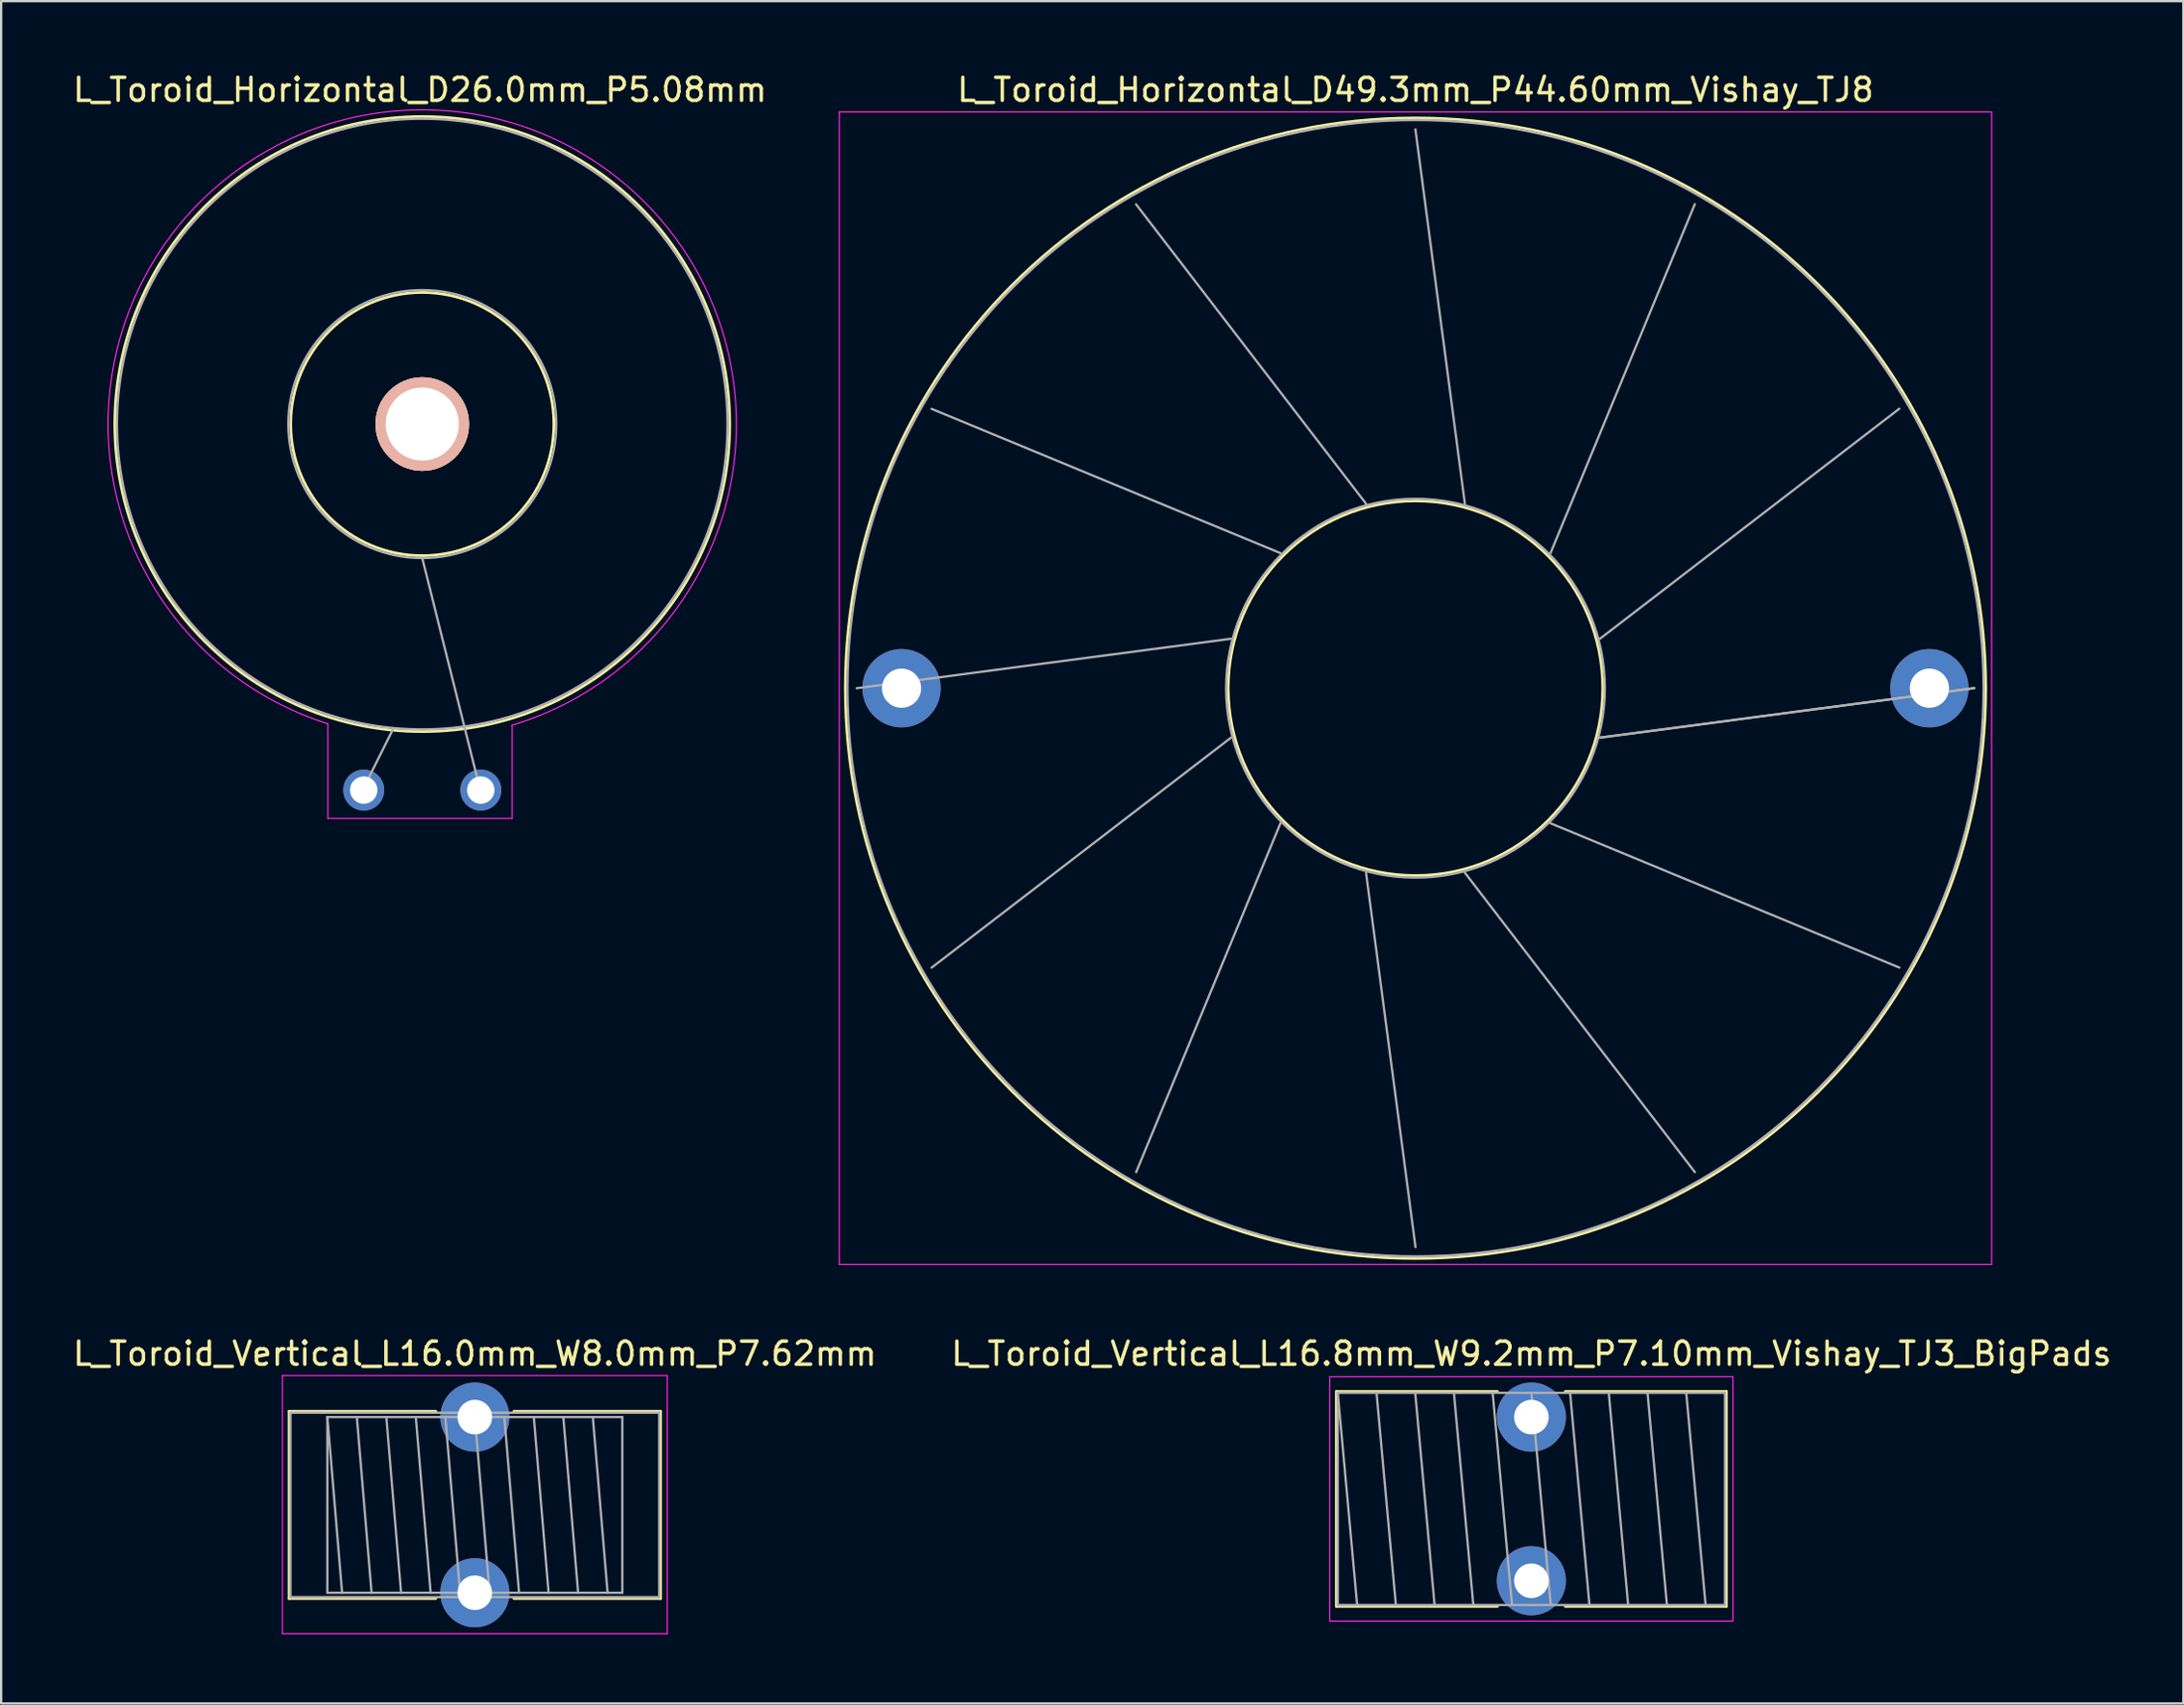
<source format=kicad_pcb>
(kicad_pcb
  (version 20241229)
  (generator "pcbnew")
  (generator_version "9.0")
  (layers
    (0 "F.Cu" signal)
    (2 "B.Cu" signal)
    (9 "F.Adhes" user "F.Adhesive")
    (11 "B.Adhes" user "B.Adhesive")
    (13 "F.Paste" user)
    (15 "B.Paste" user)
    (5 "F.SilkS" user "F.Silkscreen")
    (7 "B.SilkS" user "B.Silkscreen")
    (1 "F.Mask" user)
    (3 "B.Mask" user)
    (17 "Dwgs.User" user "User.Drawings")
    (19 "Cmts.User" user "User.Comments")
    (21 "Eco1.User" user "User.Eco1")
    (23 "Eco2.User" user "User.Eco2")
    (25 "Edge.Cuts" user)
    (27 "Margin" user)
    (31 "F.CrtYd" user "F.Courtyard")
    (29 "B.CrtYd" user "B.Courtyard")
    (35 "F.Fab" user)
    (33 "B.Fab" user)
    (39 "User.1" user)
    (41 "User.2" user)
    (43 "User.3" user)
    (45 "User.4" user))
  (footprint "L_Toroid_Horizontal_D26.0mm_P5.08mm"
    (layer "F.Cu")
    (at 12.733 31.228)
    (property "Reference" "L_Toroid_Horizontal_D26.0mm_P5.08mm" (at 2.44 -30.38 0) (layer "F.SilkS") (effects (font (size 1 1) (thickness 0.15))))
    (attr through_hole)
    (fp_circle (center 2.54 -15.88) (end -10.8 -15.88) (stroke (width 0.12) (type solid)) (fill no) (layer "F.SilkS"))
    (fp_circle (center 2.54 -15.88) (end 8.25 -15.88) (stroke (width 0.12) (type solid)) (fill no) (layer "F.SilkS"))
    (fp_line (start -1.56 -2.88) (end -1.56 1.23) (stroke (width 0.05) (type solid)) (layer "F.CrtYd"))
    (fp_line (start -1.56 1.23) (end 6.44 1.23) (stroke (width 0.05) (type solid)) (layer "F.CrtYd"))
    (fp_line (start 6.44 1.23) (end 6.44 -2.78) (stroke (width 0.05) (type solid)) (layer "F.CrtYd"))
    (fp_arc (start -1.56 -2.88) (mid 2.660017 -29.510686) (end 6.410454 -2.809821) (stroke (width 0.05) (type solid)) (layer "F.CrtYd"))
    (fp_line (start 0 -0.1) (end 1.27 -2.64) (stroke (width 0.1) (type solid)) (layer "F.Fab"))
    (fp_line (start 5.08 0.1) (end 2.54 -10.06) (stroke (width 0.1) (type solid)) (layer "F.Fab"))
    (fp_circle (center 2.54 -15.88) (end 1.44 -2.68) (stroke (width 0.1) (type solid)) (fill no) (layer "F.Fab"))
    (fp_circle (center 2.54 -15.88) (end 2.34 -10.07) (stroke (width 0.1) (type solid)) (fill no) (layer "F.Fab"))
    (pad "" thru_hole circle (at 2.54 -15.88) (size 4.06 4.06) (drill 3.17) (layers "*.Cu" "*.SilkS" "*.Mask"))
    (pad "1" thru_hole circle (at 0 0) (size 1.78 1.78) (drill 1.19) (layers "*.Cu" "*.Mask"))
    (pad "2" thru_hole circle (at 5.08 0) (size 1.78 1.78) (drill 1.19) (layers "*.Cu" "*.Mask")))
  (footprint "L_Toroid_Horizontal_D49.3mm_P44.60mm_Vishay_TJ8"
    (layer "F.Cu")
    (at 36.07 26.808)
    (property "Reference" "L_Toroid_Horizontal_D49.3mm_P44.60mm_Vishay_TJ8" (at 22.3 -25.96 0) (layer "F.SilkS") (effects (font (size 1 1) (thickness 0.15))))
    (attr through_hole)
    (fp_circle (center 22.3 0) (end 30.427 0) (stroke (width 0.12) (type solid)) (fill no) (layer "F.SilkS"))
    (fp_circle (center 22.3 0) (end 47.04 0) (stroke (width 0.12) (type solid)) (fill no) (layer "F.SilkS"))
    (fp_line (start -2.7 -25) (end -2.7 25) (stroke (width 0.05) (type solid)) (layer "F.CrtYd"))
    (fp_line (start -2.7 25) (end 47.3 25) (stroke (width 0.05) (type solid)) (layer "F.CrtYd"))
    (fp_line (start 47.3 -25) (end -2.7 -25) (stroke (width 0.05) (type solid)) (layer "F.CrtYd"))
    (fp_line (start 47.3 25) (end 47.3 -25) (stroke (width 0.05) (type solid)) (layer "F.CrtYd"))
    (fp_line (start -1.945 0.002) (end 14.293 -2.145) (stroke (width 0.1) (type solid)) (layer "F.Fab"))
    (fp_line (start 1.302 -12.12) (end 16.438 -5.861) (stroke (width 0.1) (type solid)) (layer "F.Fab"))
    (fp_line (start 1.304 12.124) (end 14.293 2.146) (stroke (width 0.1) (type solid)) (layer "F.Fab"))
    (fp_line (start 10.175 -20.995) (end 20.154 -8.006) (stroke (width 0.1) (type solid)) (layer "F.Fab"))
    (fp_line (start 10.179 20.998) (end 16.439 5.862) (stroke (width 0.1) (type solid)) (layer "F.Fab"))
    (fp_line (start 22.297 -24.245) (end 24.444 -8.007) (stroke (width 0.1) (type solid)) (layer "F.Fab"))
    (fp_line (start 22.301 24.245) (end 20.155 8.007) (stroke (width 0.1) (type solid)) (layer "F.Fab"))
    (fp_line (start 34.419 -20.999) (end 28.16 -5.862) (stroke (width 0.1) (type solid)) (layer "F.Fab"))
    (fp_line (start 34.423 20.997) (end 24.446 8.007) (stroke (width 0.1) (type solid)) (layer "F.Fab"))
    (fp_line (start 43.295 -12.126) (end 30.306 -2.147) (stroke (width 0.1) (type solid)) (layer "F.Fab"))
    (fp_line (start 43.297 12.122) (end 28.161 5.861) (stroke (width 0.1) (type solid)) (layer "F.Fab"))
    (fp_line (start 46.545 -0.004) (end 30.307 2.144) (stroke (width 0.1) (type solid)) (layer "F.Fab"))
    (fp_line (start 46.545 0) (end 30.307 2.145) (stroke (width 0.1) (type solid)) (layer "F.Fab"))
    (fp_circle (center 22.3 0) (end 30.517 0) (stroke (width 0.1) (type solid)) (fill no) (layer "F.Fab"))
    (fp_circle (center 22.3 0) (end 46.95 0) (stroke (width 0.1) (type solid)) (fill no) (layer "F.Fab"))
    (pad "1" thru_hole circle (at 0 0) (size 3.4 3.4) (drill 1.7) (layers "*.Cu" "*.Mask"))
    (pad "2" thru_hole circle (at 44.6 0) (size 3.4 3.4) (drill 1.7) (layers "*.Cu" "*.Mask")))
  (footprint "L_Toroid_Vertical_L16.8mm_W9.2mm_P7.10mm_Vishay_TJ3_BigPads"
    (layer "F.Cu")
    (at 63.399 58.431)
    (property "Reference" "L_Toroid_Vertical_L16.8mm_W9.2mm_P7.10mm_Vishay_TJ3_BigPads" (at 0 -2.75 0) (layer "F.SilkS") (effects (font (size 1 1) (thickness 0.15))))
    (attr through_hole)
    (fp_line (start -8.46 -1.11) (end -8.46 8.21) (stroke (width 0.12) (type solid)) (layer "F.SilkS"))
    (fp_line (start -8.46 -1.11) (end -1.47 -1.11) (stroke (width 0.12) (type solid)) (layer "F.SilkS"))
    (fp_line (start -8.46 8.21) (end -1.47 8.21) (stroke (width 0.12) (type solid)) (layer "F.SilkS"))
    (fp_line (start 1.47 -1.11) (end 8.46 -1.11) (stroke (width 0.12) (type solid)) (layer "F.SilkS"))
    (fp_line (start 1.47 8.21) (end 8.46 8.21) (stroke (width 0.12) (type solid)) (layer "F.SilkS"))
    (fp_line (start 8.46 -1.11) (end 8.46 8.21) (stroke (width 0.12) (type solid)) (layer "F.SilkS"))
    (fp_line (start -8.75 -1.75) (end -8.75 8.85) (stroke (width 0.05) (type solid)) (layer "F.CrtYd"))
    (fp_line (start -8.75 8.85) (end 8.75 8.85) (stroke (width 0.05) (type solid)) (layer "F.CrtYd"))
    (fp_line (start 8.75 -1.75) (end -8.75 -1.75) (stroke (width 0.05) (type solid)) (layer "F.CrtYd"))
    (fp_line (start 8.75 8.85) (end 8.75 -1.75) (stroke (width 0.05) (type solid)) (layer "F.CrtYd"))
    (fp_line (start -8.4 -1.05) (end -8.4 8.15) (stroke (width 0.1) (type solid)) (layer "F.Fab"))
    (fp_line (start -8.4 -1.05) (end -7.56 8.15) (stroke (width 0.1) (type solid)) (layer "F.Fab"))
    (fp_line (start -8.4 8.15) (end 8.4 8.15) (stroke (width 0.1) (type solid)) (layer "F.Fab"))
    (fp_line (start -6.72 -1.05) (end -5.88 8.15) (stroke (width 0.1) (type solid)) (layer "F.Fab"))
    (fp_line (start -5.04 -1.05) (end -4.2 8.15) (stroke (width 0.1) (type solid)) (layer "F.Fab"))
    (fp_line (start -3.36 -1.05) (end -2.52 8.15) (stroke (width 0.1) (type solid)) (layer "F.Fab"))
    (fp_line (start -1.68 -1.05) (end -0.84 8.15) (stroke (width 0.1) (type solid)) (layer "F.Fab"))
    (fp_line (start 0 -1.05) (end 0.84 8.15) (stroke (width 0.1) (type solid)) (layer "F.Fab"))
    (fp_line (start 1.68 -1.05) (end 2.52 8.15) (stroke (width 0.1) (type solid)) (layer "F.Fab"))
    (fp_line (start 3.36 -1.05) (end 4.2 8.15) (stroke (width 0.1) (type solid)) (layer "F.Fab"))
    (fp_line (start 5.04 -1.05) (end 5.88 8.15) (stroke (width 0.1) (type solid)) (layer "F.Fab"))
    (fp_line (start 6.72 -1.05) (end 7.56 8.15) (stroke (width 0.1) (type solid)) (layer "F.Fab"))
    (fp_line (start 8.4 -1.05) (end -8.4 -1.05) (stroke (width 0.1) (type solid)) (layer "F.Fab"))
    (fp_line (start 8.4 8.15) (end 8.4 -1.05) (stroke (width 0.1) (type solid)) (layer "F.Fab"))
    (pad "1" thru_hole circle (at 0 0) (size 3 3) (drill 1.5) (layers "*.Cu" "*.Mask"))
    (pad "2" thru_hole circle (at 0 7.1) (size 3 3) (drill 1.5) (layers "*.Cu" "*.Mask")))
  (footprint "L_Toroid_Vertical_L16.0mm_W8.0mm_P7.62mm"
    (layer "F.Cu")
    (at 17.554 58.431)
    (property "Reference" "L_Toroid_Vertical_L16.0mm_W8.0mm_P7.62mm" (at 0 -2.75 0) (layer "F.SilkS") (effects (font (size 1 1) (thickness 0.15))))
    (attr through_hole)
    (fp_line (start -8.06 -0.25) (end -8.06 7.87) (stroke (width 0.12) (type solid)) (layer "F.SilkS"))
    (fp_line (start -8.06 -0.25) (end -1.695 -0.25) (stroke (width 0.12) (type solid)) (layer "F.SilkS"))
    (fp_line (start -8.06 7.87) (end -1.695 7.87) (stroke (width 0.12) (type solid)) (layer "F.SilkS"))
    (fp_line (start 1.695 -0.25) (end 8.06 -0.25) (stroke (width 0.12) (type solid)) (layer "F.SilkS"))
    (fp_line (start 1.695 7.87) (end 8.06 7.87) (stroke (width 0.12) (type solid)) (layer "F.SilkS"))
    (fp_line (start 8.06 -0.25) (end 8.06 7.87) (stroke (width 0.12) (type solid)) (layer "F.SilkS"))
    (fp_line (start -8.35 -1.8) (end -8.35 9.4) (stroke (width 0.05) (type solid)) (layer "F.CrtYd"))
    (fp_line (start -8.35 9.4) (end 8.35 9.4) (stroke (width 0.05) (type solid)) (layer "F.CrtYd"))
    (fp_line (start 8.35 -1.8) (end -8.35 -1.8) (stroke (width 0.05) (type solid)) (layer "F.CrtYd"))
    (fp_line (start 8.35 9.4) (end 8.35 -1.8) (stroke (width 0.05) (type solid)) (layer "F.CrtYd"))
    (fp_line (start -8 -0.19) (end -8 7.81) (stroke (width 0.1) (type solid)) (layer "F.Fab"))
    (fp_line (start -8 7.81) (end 8 7.81) (stroke (width 0.1) (type solid)) (layer "F.Fab"))
    (fp_line (start -6.4 0) (end -6.4 7.62) (stroke (width 0.1) (type solid)) (layer "F.Fab"))
    (fp_line (start -6.4 0) (end -5.76 7.62) (stroke (width 0.1) (type solid)) (layer "F.Fab"))
    (fp_line (start -6.4 7.62) (end 6.4 7.62) (stroke (width 0.1) (type solid)) (layer "F.Fab"))
    (fp_line (start -5.12 0) (end -4.48 7.62) (stroke (width 0.1) (type solid)) (layer "F.Fab"))
    (fp_line (start -3.84 0) (end -3.2 7.62) (stroke (width 0.1) (type solid)) (layer "F.Fab"))
    (fp_line (start -2.56 0) (end -1.92 7.62) (stroke (width 0.1) (type solid)) (layer "F.Fab"))
    (fp_line (start -1.28 0) (end -0.64 7.62) (stroke (width 0.1) (type solid)) (layer "F.Fab"))
    (fp_line (start 0 0) (end 0.64 7.62) (stroke (width 0.1) (type solid)) (layer "F.Fab"))
    (fp_line (start 1.28 0) (end 1.92 7.62) (stroke (width 0.1) (type solid)) (layer "F.Fab"))
    (fp_line (start 2.56 0) (end 3.2 7.62) (stroke (width 0.1) (type solid)) (layer "F.Fab"))
    (fp_line (start 3.84 0) (end 4.48 7.62) (stroke (width 0.1) (type solid)) (layer "F.Fab"))
    (fp_line (start 5.12 0) (end 5.76 7.62) (stroke (width 0.1) (type solid)) (layer "F.Fab"))
    (fp_line (start 6.4 0) (end -6.4 0) (stroke (width 0.1) (type solid)) (layer "F.Fab"))
    (fp_line (start 6.4 7.62) (end 6.4 0) (stroke (width 0.1) (type solid)) (layer "F.Fab"))
    (fp_line (start 8 -0.19) (end -8 -0.19) (stroke (width 0.1) (type solid)) (layer "F.Fab"))
    (fp_line (start 8 7.81) (end 8 -0.19) (stroke (width 0.1) (type solid)) (layer "F.Fab"))
    (pad "1" thru_hole circle (at 0 0) (size 3 3) (drill 1.5) (layers "*.Cu" "*.Mask"))
    (pad "2" thru_hole circle (at 0 7.62) (size 3 3) (drill 1.5) (layers "*.Cu" "*.Mask")))
  (gr_rect
    (start -3 -3)
    (end 91.69 70.856)
    (stroke (width 0.1) (type default))
    (fill no)
    (layer "Edge.Cuts")))
</source>
